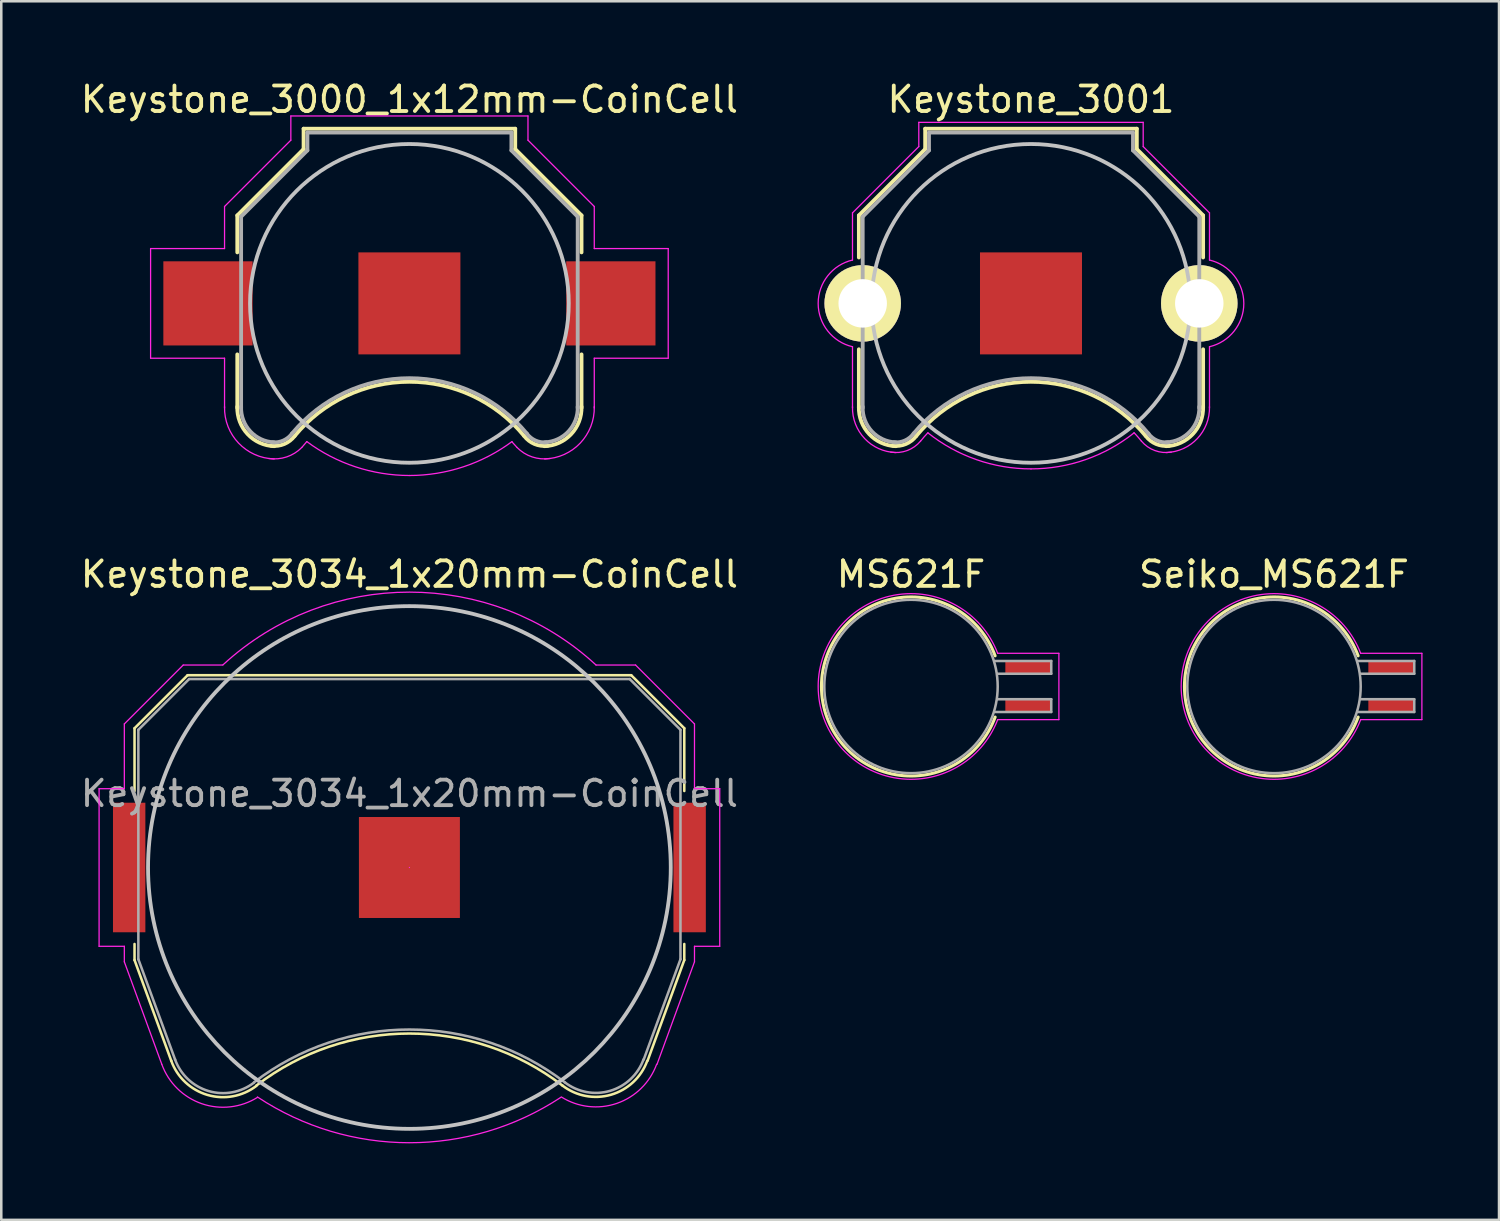
<source format=kicad_pcb>
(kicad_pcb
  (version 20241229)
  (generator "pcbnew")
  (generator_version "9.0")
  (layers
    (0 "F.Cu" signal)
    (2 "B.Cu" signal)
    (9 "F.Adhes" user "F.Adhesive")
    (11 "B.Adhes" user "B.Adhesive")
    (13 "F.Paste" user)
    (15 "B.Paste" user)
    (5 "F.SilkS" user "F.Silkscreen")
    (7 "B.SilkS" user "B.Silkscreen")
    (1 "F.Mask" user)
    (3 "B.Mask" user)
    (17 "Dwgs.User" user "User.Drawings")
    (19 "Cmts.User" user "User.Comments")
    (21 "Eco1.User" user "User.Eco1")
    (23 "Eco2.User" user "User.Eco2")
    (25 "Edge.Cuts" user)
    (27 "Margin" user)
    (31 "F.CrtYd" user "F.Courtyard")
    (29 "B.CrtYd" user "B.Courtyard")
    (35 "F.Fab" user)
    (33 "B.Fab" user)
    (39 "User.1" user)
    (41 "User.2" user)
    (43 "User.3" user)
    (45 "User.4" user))
  (footprint "Keystone_3034_1x20mm-CoinCell"
    (layer "F.Cu")
    (at 13.006 30.971)
    (property "Reference" "Keystone_3034_1x20mm-CoinCell" (at 0 -11.5 0) (layer "F.SilkS") (effects (font (size 1 1) (thickness 0.15))))
    (attr smd)
    (fp_line (start -10.78 -5.46) (end -10.78 -3) (stroke (width 0.1) (type solid)) (layer "F.SilkS"))
    (fp_line (start -10.78 3) (end -10.78 3.63) (stroke (width 0.1) (type solid)) (layer "F.SilkS"))
    (fp_line (start -10.78 3.63) (end -9.34 7.58) (stroke (width 0.1) (type solid)) (layer "F.SilkS"))
    (fp_line (start -8.7 -7.54) (end -10.78 -5.46) (stroke (width 0.1) (type solid)) (layer "F.SilkS"))
    (fp_line (start 8.7 -7.54) (end -8.7 -7.54) (stroke (width 0.1) (type solid)) (layer "F.SilkS"))
    (fp_line (start 8.7 -7.54) (end 10.78 -5.46) (stroke (width 0.1) (type solid)) (layer "F.SilkS"))
    (fp_line (start 10.78 -5.46) (end 10.78 -3) (stroke (width 0.1) (type solid)) (layer "F.SilkS"))
    (fp_line (start 10.78 3) (end 10.78 3.63) (stroke (width 0.1) (type solid)) (layer "F.SilkS"))
    (fp_line (start 10.78 3.63) (end 9.34 7.58) (stroke (width 0.1) (type solid)) (layer "F.SilkS"))
    (fp_arc (start -6.0046 8.553536) (mid -0.002901 6.511341) (end 6 8.55) (stroke (width 0.1) (type solid)) (layer "F.SilkS"))
    (fp_arc (start -6.003354 8.56653) (mid -7.921654 8.918738) (end -9.34 7.58) (stroke (width 0.1) (type solid)) (layer "F.SilkS"))
    (fp_arc (start 9.325243 7.588169) (mid 7.90634 8.911668) (end 6 8.55) (stroke (width 0.1) (type solid)) (layer "F.SilkS"))
    (fp_circle (center 0 0) (end 0 10.25) (stroke (width 0.15) (type solid)) (fill no) (layer "Dwgs.User"))
    (fp_line (start -12.17 -3.09) (end -11.18 -3.09) (stroke (width 0.05) (type solid)) (layer "F.CrtYd"))
    (fp_line (start -12.17 3.09) (end -12.17 -3.09) (stroke (width 0.05) (type solid)) (layer "F.CrtYd"))
    (fp_line (start -11.18 -5.63) (end -8.87 -7.94) (stroke (width 0.05) (type solid)) (layer "F.CrtYd"))
    (fp_line (start -11.18 -3.09) (end -11.18 -5.63) (stroke (width 0.05) (type solid)) (layer "F.CrtYd"))
    (fp_line (start -11.18 3.09) (end -12.17 3.09) (stroke (width 0.05) (type solid)) (layer "F.CrtYd"))
    (fp_line (start -11.18 3.7) (end -11.18 3.09) (stroke (width 0.05) (type solid)) (layer "F.CrtYd"))
    (fp_line (start -9.71 7.72) (end -11.18 3.7) (stroke (width 0.05) (type solid)) (layer "F.CrtYd"))
    (fp_line (start -8.87 -7.94) (end -7.32 -7.94) (stroke (width 0.05) (type solid)) (layer "F.CrtYd"))
    (fp_line (start 0 0) (end 0 0) (stroke (width 0.05) (type solid)) (layer "F.CrtYd"))
    (fp_line (start 7.32 -7.94) (end 8.87 -7.94) (stroke (width 0.05) (type solid)) (layer "F.CrtYd"))
    (fp_line (start 8.87 -7.94) (end 11.18 -5.63) (stroke (width 0.05) (type solid)) (layer "F.CrtYd"))
    (fp_line (start 11.18 -5.63) (end 11.18 -3.09) (stroke (width 0.05) (type solid)) (layer "F.CrtYd"))
    (fp_line (start 11.18 -3.09) (end 12.17 -3.09) (stroke (width 0.05) (type solid)) (layer "F.CrtYd"))
    (fp_line (start 11.18 3.09) (end 11.18 3.7) (stroke (width 0.05) (type solid)) (layer "F.CrtYd"))
    (fp_line (start 11.18 3.7) (end 9.71 7.72) (stroke (width 0.05) (type solid)) (layer "F.CrtYd"))
    (fp_line (start 12.17 -3.09) (end 12.17 3.09) (stroke (width 0.05) (type solid)) (layer "F.CrtYd"))
    (fp_line (start 12.17 3.09) (end 11.18 3.09) (stroke (width 0.05) (type solid)) (layer "F.CrtYd"))
    (fp_arc (start -7.313511 -7.945977) (mid 0.004411 -10.799351) (end 7.32 -7.94) (stroke (width 0.05) (type solid)) (layer "F.CrtYd"))
    (fp_arc (start -5.956244 9.014312) (mid -8.142146 9.263386) (end -9.71 7.72) (stroke (width 0.05) (type solid)) (layer "F.CrtYd"))
    (fp_arc (start 5.940064 9.01317) (mid -0.011947 10.79451) (end -5.96 9) (stroke (width 0.05) (type solid)) (layer "F.CrtYd"))
    (fp_arc (start 9.695219 7.719327) (mid 8.133377 9.251468) (end 5.96 9) (stroke (width 0.05) (type solid)) (layer "F.CrtYd"))
    (fp_line (start -10.63 -5.4) (end -8.64 -7.39) (stroke (width 0.1) (type solid)) (layer "F.Fab"))
    (fp_line (start -10.63 3.6) (end -10.63 -5.4) (stroke (width 0.1) (type solid)) (layer "F.Fab"))
    (fp_line (start -9.19 7.53) (end -10.63 3.6) (stroke (width 0.1) (type solid)) (layer "F.Fab"))
    (fp_line (start -8.64 -7.39) (end 8.64 -7.39) (stroke (width 0.1) (type solid)) (layer "F.Fab"))
    (fp_line (start 8.64 -7.39) (end 10.63 -5.4) (stroke (width 0.1) (type solid)) (layer "F.Fab"))
    (fp_line (start 10.63 -5.4) (end 10.63 3.6) (stroke (width 0.1) (type solid)) (layer "F.Fab"))
    (fp_line (start 10.63 3.6) (end 9.19 7.53) (stroke (width 0.1) (type solid)) (layer "F.Fab"))
    (fp_arc (start -6.096146 8.438508) (mid -7.87328 8.768206) (end -9.19 7.53) (stroke (width 0.1) (type solid)) (layer "F.Fab"))
    (fp_arc (start -6.094852 8.426043) (mid 0.003247 6.355257) (end 6.1 8.43) (stroke (width 0.1) (type solid)) (layer "F.Fab"))
    (fp_arc (start 9.180727 7.528882) (mid 7.868698 8.760067) (end 6.1 8.43) (stroke (width 0.1) (type solid)) (layer "F.Fab"))
    (fp_text user "${REFERENCE}" (at 0 -2.9 0) (layer "F.Fab") (effects (font (size 1 1) (thickness 0.15))))
    (pad "1" smd rect (at -10.99 0) (size 1.27 5.08) (layers "F.Cu" "F.Mask" "F.Paste"))
    (pad "1" smd rect (at 10.99 0) (size 1.27 5.08) (layers "F.Cu" "F.Mask" "F.Paste"))
    (pad "2" smd rect (at 0 0) (size 3.96 3.96) (layers "F.Cu" "F.Mask")))
  (footprint "Seiko_MS621F"
    (layer "F.Cu")
    (at 51.513 23.872)
    (property "Reference" "Seiko_MS621F" (at -4.6 -4.4 0) (layer "F.SilkS") (effects (font (size 1 1) (thickness 0.15))))
    (attr smd)
    (fp_arc (start -1.3 1.2) (mid -8.11141 0.001035) (end -1.300708 -1.201946) (stroke (width 0.12) (type solid)) (layer "F.SilkS"))
    (fp_line (start -1.2 -1.3) (end 1.2 -1.3) (stroke (width 0.05) (type solid)) (layer "F.CrtYd"))
    (fp_line (start 1.2 -1.3) (end 1.2 1.3) (stroke (width 0.05) (type solid)) (layer "F.CrtYd"))
    (fp_line (start 1.2 1.3) (end -1.2 1.3) (stroke (width 0.05) (type solid)) (layer "F.CrtYd"))
    (fp_arc (start -1.2 1.3) (mid -8.240055 0) (end -1.2 -1.3) (stroke (width 0.05) (type solid)) (layer "F.CrtYd"))
    (fp_line (start -1.3 -1) (end 0.9 -1) (stroke (width 0.1) (type solid)) (layer "F.Fab"))
    (fp_line (start -1.2 0.5) (end 0.9 0.5) (stroke (width 0.1) (type solid)) (layer "F.Fab"))
    (fp_line (start 0.9 -1) (end 0.9 -0.5) (stroke (width 0.1) (type solid)) (layer "F.Fab"))
    (fp_line (start 0.9 -0.5) (end -1.2 -0.5) (stroke (width 0.1) (type solid)) (layer "F.Fab"))
    (fp_line (start 0.9 0.5) (end 0.9 1) (stroke (width 0.1) (type solid)) (layer "F.Fab"))
    (fp_line (start 0.9 1) (end -1.3 1) (stroke (width 0.1) (type solid)) (layer "F.Fab"))
    (fp_circle (center -4.6 0) (end -4.6 3.4) (stroke (width 0.1) (type solid)) (fill no) (layer "F.Fab"))
    (pad "1" smd rect (at 0 -0.75) (size 1.8 0.5) (layers "F.Cu" "F.Mask" "F.Paste"))
    (pad "2" smd rect (at 0 0.75) (size 1.8 0.5) (layers "F.Cu" "F.Mask" "F.Paste")))
  (footprint "Keystone_3001"
    (layer "F.Cu")
    (at 37.383 8.848)
    (property "Reference" "Keystone_3001" (at 0 -8 0) (layer "F.SilkS") (effects (font (size 1 1) (thickness 0.15))))
    (attr through_hole)
    (fp_line (start -6.75 -3.45) (end -4.15 -6.05) (stroke (width 0.15) (type solid)) (layer "F.SilkS"))
    (fp_line (start -6.75 -1.8) (end -6.75 -3.45) (stroke (width 0.15) (type solid)) (layer "F.SilkS"))
    (fp_line (start -6.75 1.8) (end -6.75 4.1) (stroke (width 0.15) (type solid)) (layer "F.SilkS"))
    (fp_line (start -4.15 -6.85) (end 4.15 -6.85) (stroke (width 0.15) (type solid)) (layer "F.SilkS"))
    (fp_line (start -4.15 -6.05) (end -4.15 -6.85) (stroke (width 0.15) (type solid)) (layer "F.SilkS"))
    (fp_line (start 4.15 -6.85) (end 4.15 -6.05) (stroke (width 0.15) (type solid)) (layer "F.SilkS"))
    (fp_line (start 4.15 -6.05) (end 6.75 -3.45) (stroke (width 0.15) (type solid)) (layer "F.SilkS"))
    (fp_line (start 6.75 -3.45) (end 6.75 -1.8) (stroke (width 0.15) (type solid)) (layer "F.SilkS"))
    (fp_line (start 6.75 1.8) (end 6.75 4.1) (stroke (width 0.15) (type solid)) (layer "F.SilkS"))
    (fp_arc (start -5.3 5.6) (mid -6.346016 5.125305) (end -6.75 4.05) (stroke (width 0.15) (type solid)) (layer "F.SilkS"))
    (fp_arc (start -4.5 5.2) (mid -4.90584 5.514615) (end -5.414615 5.58416) (stroke (width 0.15) (type solid)) (layer "F.SilkS"))
    (fp_arc (start -4.5 5.2) (mid -0.007341 3.0742) (end 4.490661 5.188671) (stroke (width 0.15) (type solid)) (layer "F.SilkS"))
    (fp_arc (start 5.414615 5.58416) (mid 4.90584 5.514615) (end 4.5 5.2) (stroke (width 0.15) (type solid)) (layer "F.SilkS"))
    (fp_arc (start 6.75 4.05) (mid 6.346016 5.125305) (end 5.3 5.6) (stroke (width 0.15) (type solid)) (layer "F.SilkS"))
    (fp_circle (center 0 0) (end 0 6.25) (stroke (width 0.15) (type solid)) (fill no) (layer "Dwgs.User"))
    (fp_line (start -7 -3.55) (end -4.4 -6.15) (stroke (width 0.05) (type solid)) (layer "F.CrtYd"))
    (fp_line (start -7 -1.7) (end -7 -3.55) (stroke (width 0.05) (type solid)) (layer "F.CrtYd"))
    (fp_line (start -7 1.7) (end -7 4.1) (stroke (width 0.05) (type solid)) (layer "F.CrtYd"))
    (fp_line (start -4.4 -7.1) (end 4.4 -7.1) (stroke (width 0.05) (type solid)) (layer "F.CrtYd"))
    (fp_line (start -4.4 -6.15) (end -4.4 -7.1) (stroke (width 0.05) (type solid)) (layer "F.CrtYd"))
    (fp_line (start 4.4 -6.15) (end 4.4 -7.1) (stroke (width 0.05) (type solid)) (layer "F.CrtYd"))
    (fp_line (start 7 -3.55) (end 4.4 -6.15) (stroke (width 0.05) (type solid)) (layer "F.CrtYd"))
    (fp_line (start 7 -1.7) (end 7 -3.55) (stroke (width 0.05) (type solid)) (layer "F.CrtYd"))
    (fp_line (start 7 1.7) (end 7 4.1) (stroke (width 0.05) (type solid)) (layer "F.CrtYd"))
    (fp_arc (start -7 1.7) (mid -8.346425 0.000289) (end -7.000563 -1.699868) (stroke (width 0.05) (type solid)) (layer "F.CrtYd"))
    (fp_arc (start -5.3 5.85) (mid -6.522792 5.302082) (end -7 4.05) (stroke (width 0.05) (type solid)) (layer "F.CrtYd"))
    (fp_arc (start -4.33 5.4) (mid -4.858615 5.77282) (end -5.50282 5.831384) (stroke (width 0.05) (type solid)) (layer "F.CrtYd"))
    (fp_arc (start -4.33 5.4) (mid -4.189252 5.232703) (end -4.042045 5.071061) (stroke (width 0.05) (type solid)) (layer "F.CrtYd"))
    (fp_arc (start 0.000637 6.490609) (mid -2.139291 6.127923) (end -4.04 5.08) (stroke (width 0.05) (type solid)) (layer "F.CrtYd"))
    (fp_arc (start 4.04 5.08) (mid 2.139291 6.127922) (end -0.000637 6.490609) (stroke (width 0.05) (type solid)) (layer "F.CrtYd"))
    (fp_arc (start 4.042045 5.071061) (mid 4.189252 5.232703) (end 4.33 5.4) (stroke (width 0.05) (type solid)) (layer "F.CrtYd"))
    (fp_arc (start 5.50282 5.831384) (mid 4.858616 5.77282) (end 4.33 5.4) (stroke (width 0.05) (type solid)) (layer "F.CrtYd"))
    (fp_arc (start 7 4.05) (mid 6.522792 5.302082) (end 5.3 5.85) (stroke (width 0.05) (type solid)) (layer "F.CrtYd"))
    (fp_arc (start 7.000563 -1.699868) (mid 8.346425 0.000289) (end 7 1.7) (stroke (width 0.05) (type solid)) (layer "F.CrtYd"))
    (fp_line (start -6.6 -3.4) (end -6.6 4.1) (stroke (width 0.15) (type solid)) (layer "F.Fab"))
    (fp_line (start -4 -6.7) (end -4 -6) (stroke (width 0.15) (type solid)) (layer "F.Fab"))
    (fp_line (start -4 -6.7) (end 4 -6.7) (stroke (width 0.15) (type solid)) (layer "F.Fab"))
    (fp_line (start -4 -6) (end -6.6 -3.4) (stroke (width 0.15) (type solid)) (layer "F.Fab"))
    (fp_line (start 4 -6.7) (end 4 -6) (stroke (width 0.15) (type solid)) (layer "F.Fab"))
    (fp_line (start 4 -6) (end 6.6 -3.4) (stroke (width 0.15) (type solid)) (layer "F.Fab"))
    (fp_line (start 6.6 -3.4) (end 6.6 4.1) (stroke (width 0.15) (type solid)) (layer "F.Fab"))
    (fp_arc (start -5.3 5.45) (mid -6.239949 5.019239) (end -6.6 4.05) (stroke (width 0.15) (type solid)) (layer "F.Fab"))
    (fp_arc (start -4.6 5.1) (mid -4.942443 5.378013) (end -5.378013 5.447558) (stroke (width 0.15) (type solid)) (layer "F.Fab"))
    (fp_arc (start -4.6 5.1) (mid 0.006214 2.93343) (end 4.607905 5.109589) (stroke (width 0.15) (type solid)) (layer "F.Fab"))
    (fp_arc (start 5.378013 5.447558) (mid 4.942442 5.378013) (end 4.6 5.1) (stroke (width 0.15) (type solid)) (layer "F.Fab"))
    (fp_arc (start 6.6 4.05) (mid 6.239949 5.019239) (end 5.3 5.45) (stroke (width 0.15) (type solid)) (layer "F.Fab"))
    (pad "1" thru_hole circle (at -6.6 0) (size 3 3) (drill 1.9) (layers "*.Cu" "*.Mask" "F.SilkS"))
    (pad "1" thru_hole circle (at 6.6 0) (size 3 3) (drill 1.9) (layers "*.Cu" "*.Mask" "F.SilkS"))
    (pad "2" smd rect (at 0 0) (size 4 4) (layers "F.Cu" "F.Mask" "F.Paste")))
  (footprint "Keystone_3000_1x12mm-CoinCell"
    (layer "F.Cu")
    (at 13.006 8.848)
    (property "Reference" "Keystone_3000_1x12mm-CoinCell" (at 0 -8 0) (layer "F.SilkS") (effects (font (size 1 1) (thickness 0.15))))
    (attr smd)
    (fp_line (start -6.75 -3.45) (end -4.15 -6.05) (stroke (width 0.15) (type solid)) (layer "F.SilkS"))
    (fp_line (start -6.75 -2) (end -6.75 -3.45) (stroke (width 0.15) (type solid)) (layer "F.SilkS"))
    (fp_line (start -6.75 2) (end -6.75 4.1) (stroke (width 0.15) (type solid)) (layer "F.SilkS"))
    (fp_line (start -4.15 -6.85) (end 4.15 -6.85) (stroke (width 0.15) (type solid)) (layer "F.SilkS"))
    (fp_line (start -4.15 -6.05) (end -4.15 -6.85) (stroke (width 0.15) (type solid)) (layer "F.SilkS"))
    (fp_line (start 4.15 -6.85) (end 4.15 -6.05) (stroke (width 0.15) (type solid)) (layer "F.SilkS"))
    (fp_line (start 4.15 -6.05) (end 6.75 -3.45) (stroke (width 0.15) (type solid)) (layer "F.SilkS"))
    (fp_line (start 6.75 -3.45) (end 6.75 -2) (stroke (width 0.15) (type solid)) (layer "F.SilkS"))
    (fp_line (start 6.75 2) (end 6.75 4.1) (stroke (width 0.15) (type solid)) (layer "F.SilkS"))
    (fp_arc (start -5.3 5.6) (mid -6.346016 5.125305) (end -6.75 4.05) (stroke (width 0.15) (type solid)) (layer "F.SilkS"))
    (fp_arc (start -4.5 5.2) (mid -4.90584 5.514615) (end -5.414615 5.58416) (stroke (width 0.15) (type solid)) (layer "F.SilkS"))
    (fp_arc (start -4.5 5.2) (mid -0.007341 3.0742) (end 4.490661 5.188671) (stroke (width 0.15) (type solid)) (layer "F.SilkS"))
    (fp_arc (start 5.414615 5.58416) (mid 4.90584 5.514615) (end 4.5 5.2) (stroke (width 0.15) (type solid)) (layer "F.SilkS"))
    (fp_arc (start 6.75 4.05) (mid 6.346016 5.125305) (end 5.3 5.6) (stroke (width 0.15) (type solid)) (layer "F.SilkS"))
    (fp_circle (center 0 0) (end 0 6.25) (stroke (width 0.15) (type solid)) (fill no) (layer "Dwgs.User"))
    (fp_line (start -10.15 -2.15) (end -10.15 2.15) (stroke (width 0.05) (type solid)) (layer "F.CrtYd"))
    (fp_line (start -10.15 2.15) (end -7.25 2.15) (stroke (width 0.05) (type solid)) (layer "F.CrtYd"))
    (fp_line (start -7.25 -3.8) (end -4.65 -6.4) (stroke (width 0.05) (type solid)) (layer "F.CrtYd"))
    (fp_line (start -7.25 -2.15) (end -10.15 -2.15) (stroke (width 0.05) (type solid)) (layer "F.CrtYd"))
    (fp_line (start -7.25 -2.15) (end -7.25 -3.8) (stroke (width 0.05) (type solid)) (layer "F.CrtYd"))
    (fp_line (start -7.25 2.15) (end -7.25 4.1) (stroke (width 0.05) (type solid)) (layer "F.CrtYd"))
    (fp_line (start -4.65 -7.35) (end 4.65 -7.35) (stroke (width 0.05) (type solid)) (layer "F.CrtYd"))
    (fp_line (start -4.65 -6.4) (end -4.65 -7.35) (stroke (width 0.05) (type solid)) (layer "F.CrtYd"))
    (fp_line (start 4.65 -6.4) (end 4.65 -7.35) (stroke (width 0.05) (type solid)) (layer "F.CrtYd"))
    (fp_line (start 7.25 -3.8) (end 4.65 -6.4) (stroke (width 0.05) (type solid)) (layer "F.CrtYd"))
    (fp_line (start 7.25 -2.15) (end 7.25 -3.8) (stroke (width 0.05) (type solid)) (layer "F.CrtYd"))
    (fp_line (start 7.25 -2.15) (end 10.15 -2.15) (stroke (width 0.05) (type solid)) (layer "F.CrtYd"))
    (fp_line (start 7.25 2.15) (end 7.25 4.1) (stroke (width 0.05) (type solid)) (layer "F.CrtYd"))
    (fp_line (start 10.15 -2.15) (end 10.15 2.15) (stroke (width 0.05) (type solid)) (layer "F.CrtYd"))
    (fp_line (start 10.15 2.15) (end 7.25 2.15) (stroke (width 0.05) (type solid)) (layer "F.CrtYd"))
    (fp_arc (start -5.3 6.1) (mid -6.699569 5.478858) (end -7.25 4.05) (stroke (width 0.05) (type solid)) (layer "F.CrtYd"))
    (fp_arc (start -4.22 5.65) (mid -4.814553 6.021742) (end -5.513125 6.082436) (stroke (width 0.05) (type solid)) (layer "F.CrtYd"))
    (fp_arc (start -4.22 5.65) (mid -4.123743 5.534157) (end -4.024388 5.42096) (stroke (width 0.05) (type solid)) (layer "F.CrtYd"))
    (fp_arc (start 0 6.75) (mid -2.119449 6.408622) (end -4.024518 5.419018) (stroke (width 0.05) (type solid)) (layer "F.CrtYd"))
    (fp_arc (start 4.024518 5.419018) (mid 2.119449 6.408622) (end 0 6.75) (stroke (width 0.05) (type solid)) (layer "F.CrtYd"))
    (fp_arc (start 4.02471 5.432858) (mid 4.123824 5.540108) (end 4.22 5.65) (stroke (width 0.05) (type solid)) (layer "F.CrtYd"))
    (fp_arc (start 5.513125 6.082436) (mid 4.814553 6.021742) (end 4.22 5.65) (stroke (width 0.05) (type solid)) (layer "F.CrtYd"))
    (fp_arc (start 7.25 4.05) (mid 6.699569 5.478858) (end 5.3 6.1) (stroke (width 0.05) (type solid)) (layer "F.CrtYd"))
    (fp_line (start -6.6 -3.4) (end -6.6 4.1) (stroke (width 0.15) (type solid)) (layer "F.Fab"))
    (fp_line (start -4 -6.7) (end -4 -6) (stroke (width 0.15) (type solid)) (layer "F.Fab"))
    (fp_line (start -4 -6.7) (end 4 -6.7) (stroke (width 0.15) (type solid)) (layer "F.Fab"))
    (fp_line (start -4 -6) (end -6.6 -3.4) (stroke (width 0.15) (type solid)) (layer "F.Fab"))
    (fp_line (start 4 -6.7) (end 4 -6) (stroke (width 0.15) (type solid)) (layer "F.Fab"))
    (fp_line (start 4 -6) (end 6.6 -3.4) (stroke (width 0.15) (type solid)) (layer "F.Fab"))
    (fp_line (start 6.6 -3.4) (end 6.6 4.1) (stroke (width 0.15) (type solid)) (layer "F.Fab"))
    (fp_arc (start -5.3 5.45) (mid -6.239949 5.019239) (end -6.6 4.05) (stroke (width 0.15) (type solid)) (layer "F.Fab"))
    (fp_arc (start -4.6 5.1) (mid -4.942443 5.378013) (end -5.378013 5.447558) (stroke (width 0.15) (type solid)) (layer "F.Fab"))
    (fp_arc (start -4.6 5.1) (mid 0.006214 2.93343) (end 4.607905 5.109589) (stroke (width 0.15) (type solid)) (layer "F.Fab"))
    (fp_arc (start 5.378013 5.447558) (mid 4.942442 5.378013) (end 4.6 5.1) (stroke (width 0.15) (type solid)) (layer "F.Fab"))
    (fp_arc (start 6.6 4.05) (mid 6.239949 5.019239) (end 5.3 5.45) (stroke (width 0.15) (type solid)) (layer "F.Fab"))
    (pad "1" smd rect (at -7.9 0) (size 3.5 3.3) (layers "F.Cu" "F.Mask" "F.Paste"))
    (pad "1" smd rect (at 7.9 0) (size 3.5 3.3) (layers "F.Cu" "F.Mask" "F.Paste"))
    (pad "2" smd rect (at 0 0) (size 4 4) (layers "F.Cu" "F.Mask")))
  (footprint "MS621F"
    (layer "F.Cu")
    (at 32.677 23.872)
    (property "Reference" "MS621F" (at 0 -4.4 0) (layer "F.SilkS") (effects (font (size 1 1) (thickness 0.15))))
    (attr smd)
    (fp_arc (start 3.3 1.2) (mid -3.51141 0.001035) (end 3.299292 -1.201946) (stroke (width 0.12) (type solid)) (layer "F.SilkS"))
    (fp_line (start 3.4 -1.3) (end 5.8 -1.3) (stroke (width 0.05) (type solid)) (layer "F.CrtYd"))
    (fp_line (start 5.8 -1.3) (end 5.8 1.3) (stroke (width 0.05) (type solid)) (layer "F.CrtYd"))
    (fp_line (start 5.8 1.3) (end 3.4 1.3) (stroke (width 0.05) (type solid)) (layer "F.CrtYd"))
    (fp_arc (start 3.4 1.3) (mid -3.640055 0) (end 3.4 -1.3) (stroke (width 0.05) (type solid)) (layer "F.CrtYd"))
    (fp_line (start 3.3 -1) (end 5.5 -1) (stroke (width 0.1) (type solid)) (layer "F.Fab"))
    (fp_line (start 3.4 0.5) (end 5.5 0.5) (stroke (width 0.1) (type solid)) (layer "F.Fab"))
    (fp_line (start 5.5 -1) (end 5.5 -0.5) (stroke (width 0.1) (type solid)) (layer "F.Fab"))
    (fp_line (start 5.5 -0.5) (end 3.4 -0.5) (stroke (width 0.1) (type solid)) (layer "F.Fab"))
    (fp_line (start 5.5 0.5) (end 5.5 1) (stroke (width 0.1) (type solid)) (layer "F.Fab"))
    (fp_line (start 5.5 1) (end 3.3 1) (stroke (width 0.1) (type solid)) (layer "F.Fab"))
    (fp_circle (center 0 0) (end 0 3.4) (stroke (width 0.1) (type solid)) (fill no) (layer "F.Fab"))
    (pad "1" smd rect (at 4.6 -0.75) (size 1.8 0.5) (layers "F.Cu" "F.Mask" "F.Paste"))
    (pad "2" smd rect (at 4.6 0.75) (size 1.8 0.5) (layers "F.Cu" "F.Mask" "F.Paste")))
  (gr_rect
    (start -3 -3)
    (end 55.738 44.791)
    (stroke (width 0.1) (type default))
    (fill no)
    (layer "Edge.Cuts")))
</source>
